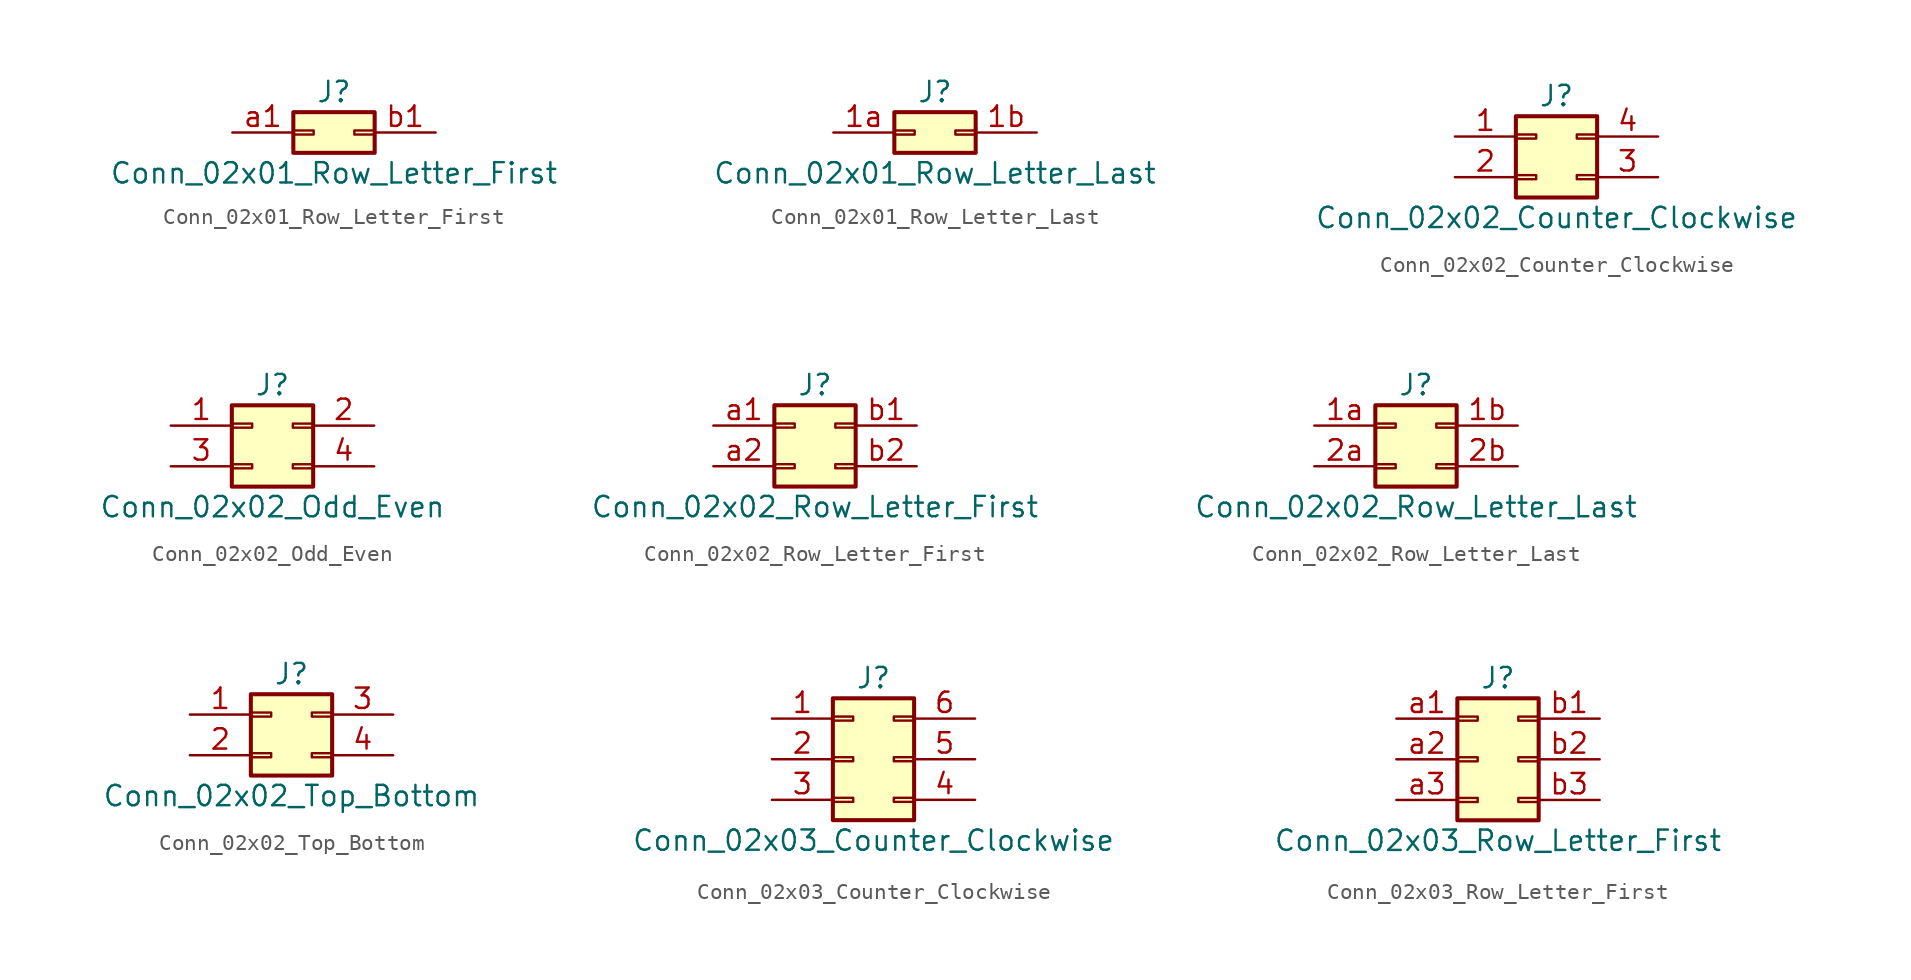
<source format=kicad_sym>
(kicad_symbol_lib
  (version 20220914)
  (generator kicad_symbol_editor)
  (symbol "Conn_02x01_Row_Letter_First"
    (pin_names
      (offset 1.016) hide)
    (property "Reference" "J"
      (at 1.27 2.54 0)
      (effects (font (size 1.27 1.27))))
    (property "Value" "Conn_02x01_Row_Letter_First"
      (at 1.27 -2.54 0)
      (effects (font (size 1.27 1.27))))
    (symbol "Conn_02x01_Row_Letter_First_1_1"
      (rectangle (start -1.27 0.127) (end 0 -0.127) (stroke (width 0.152) (type solid)) (fill (type none)))
      (rectangle (start -1.27 1.27) (end 3.81 -1.27) (stroke (width 0.254) (type solid)) (fill (type background)))
      (rectangle (start 3.81 0.127) (end 2.54 -0.127) (stroke (width 0.152) (type solid)) (fill (type none)))
      (pin passive line (at -5.08 0 0) (length 3.81) (name "Pin_a1" (effects (font (size 1.27 1.27)))) (number "a1" (effects (font (size 1.27 1.27)))))
      (pin passive line (at 7.62 0 180) (length 3.81) (name "Pin_b1" (effects (font (size 1.27 1.27)))) (number "b1" (effects (font (size 1.27 1.27)))))))
  (symbol "Conn_02x01_Row_Letter_Last"
    (pin_names
      (offset 1.016) hide)
    (property "Reference" "J"
      (at 1.27 2.54 0)
      (effects (font (size 1.27 1.27))))
    (property "Value" "Conn_02x01_Row_Letter_Last"
      (at 1.27 -2.54 0)
      (effects (font (size 1.27 1.27))))
    (symbol "Conn_02x01_Row_Letter_Last_1_1"
      (rectangle (start -1.27 0.127) (end 0 -0.127) (stroke (width 0.152) (type solid)) (fill (type none)))
      (rectangle (start -1.27 1.27) (end 3.81 -1.27) (stroke (width 0.254) (type solid)) (fill (type background)))
      (rectangle (start 3.81 0.127) (end 2.54 -0.127) (stroke (width 0.152) (type solid)) (fill (type none)))
      (pin passive line (at -5.08 0 0) (length 3.81) (name "Pin_1a" (effects (font (size 1.27 1.27)))) (number "1a" (effects (font (size 1.27 1.27)))))
      (pin passive line (at 7.62 0 180) (length 3.81) (name "Pin_1b" (effects (font (size 1.27 1.27)))) (number "1b" (effects (font (size 1.27 1.27)))))))
  (symbol "Conn_02x02_Counter_Clockwise"
    (pin_names
      (offset 1.016) hide)
    (property "Reference" "J"
      (at 1.27 2.54 0)
      (effects (font (size 1.27 1.27))))
    (property "Value" "Conn_02x02_Counter_Clockwise"
      (at 1.27 -5.08 0)
      (effects (font (size 1.27 1.27))))
    (symbol "Conn_02x02_Counter_Clockwise_1_1"
      (rectangle (start -1.27 -2.413) (end 0 -2.667) (stroke (width 0.152) (type solid)) (fill (type none)))
      (rectangle (start -1.27 0.127) (end 0 -0.127) (stroke (width 0.152) (type solid)) (fill (type none)))
      (rectangle (start -1.27 1.27) (end 3.81 -3.81) (stroke (width 0.254) (type solid)) (fill (type background)))
      (rectangle (start 3.81 -2.413) (end 2.54 -2.667) (stroke (width 0.152) (type solid)) (fill (type none)))
      (rectangle (start 3.81 0.127) (end 2.54 -0.127) (stroke (width 0.152) (type solid)) (fill (type none)))
      (pin passive line (at -5.08 0 0) (length 3.81) (name "Pin_1" (effects (font (size 1.27 1.27)))) (number "1" (effects (font (size 1.27 1.27)))))
      (pin passive line (at -5.08 -2.54 0) (length 3.81) (name "Pin_2" (effects (font (size 1.27 1.27)))) (number "2" (effects (font (size 1.27 1.27)))))
      (pin passive line (at 7.62 -2.54 180) (length 3.81) (name "Pin_3" (effects (font (size 1.27 1.27)))) (number "3" (effects (font (size 1.27 1.27)))))
      (pin passive line (at 7.62 0 180) (length 3.81) (name "Pin_4" (effects (font (size 1.27 1.27)))) (number "4" (effects (font (size 1.27 1.27)))))))
  (symbol "Conn_02x02_Odd_Even"
    (pin_names
      (offset 1.016) hide)
    (property "Reference" "J"
      (at 1.27 2.54 0)
      (effects (font (size 1.27 1.27))))
    (property "Value" "Conn_02x02_Odd_Even"
      (at 1.27 -5.08 0)
      (effects (font (size 1.27 1.27))))
    (symbol "Conn_02x02_Odd_Even_1_1"
      (rectangle (start -1.27 -2.413) (end 0 -2.667) (stroke (width 0.152) (type solid)) (fill (type none)))
      (rectangle (start -1.27 0.127) (end 0 -0.127) (stroke (width 0.152) (type solid)) (fill (type none)))
      (rectangle (start -1.27 1.27) (end 3.81 -3.81) (stroke (width 0.254) (type solid)) (fill (type background)))
      (rectangle (start 3.81 -2.413) (end 2.54 -2.667) (stroke (width 0.152) (type solid)) (fill (type none)))
      (rectangle (start 3.81 0.127) (end 2.54 -0.127) (stroke (width 0.152) (type solid)) (fill (type none)))
      (pin passive line (at -5.08 0 0) (length 3.81) (name "Pin_1" (effects (font (size 1.27 1.27)))) (number "1" (effects (font (size 1.27 1.27)))))
      (pin passive line (at 7.62 0 180) (length 3.81) (name "Pin_2" (effects (font (size 1.27 1.27)))) (number "2" (effects (font (size 1.27 1.27)))))
      (pin passive line (at -5.08 -2.54 0) (length 3.81) (name "Pin_3" (effects (font (size 1.27 1.27)))) (number "3" (effects (font (size 1.27 1.27)))))
      (pin passive line (at 7.62 -2.54 180) (length 3.81) (name "Pin_4" (effects (font (size 1.27 1.27)))) (number "4" (effects (font (size 1.27 1.27)))))))
  (symbol "Conn_02x02_Row_Letter_First"
    (pin_names
      (offset 1.016) hide)
    (property "Reference" "J"
      (at 1.27 2.54 0)
      (effects (font (size 1.27 1.27))))
    (property "Value" "Conn_02x02_Row_Letter_First"
      (at 1.27 -5.08 0)
      (effects (font (size 1.27 1.27))))
    (symbol "Conn_02x02_Row_Letter_First_1_1"
      (rectangle (start -1.27 -2.413) (end 0 -2.667) (stroke (width 0.152) (type solid)) (fill (type none)))
      (rectangle (start -1.27 0.127) (end 0 -0.127) (stroke (width 0.152) (type solid)) (fill (type none)))
      (rectangle (start -1.27 1.27) (end 3.81 -3.81) (stroke (width 0.254) (type solid)) (fill (type background)))
      (rectangle (start 3.81 -2.413) (end 2.54 -2.667) (stroke (width 0.152) (type solid)) (fill (type none)))
      (rectangle (start 3.81 0.127) (end 2.54 -0.127) (stroke (width 0.152) (type solid)) (fill (type none)))
      (pin passive line (at -5.08 0 0) (length 3.81) (name "Pin_a1" (effects (font (size 1.27 1.27)))) (number "a1" (effects (font (size 1.27 1.27)))))
      (pin passive line (at -5.08 -2.54 0) (length 3.81) (name "Pin_a2" (effects (font (size 1.27 1.27)))) (number "a2" (effects (font (size 1.27 1.27)))))
      (pin passive line (at 7.62 0 180) (length 3.81) (name "Pin_b1" (effects (font (size 1.27 1.27)))) (number "b1" (effects (font (size 1.27 1.27)))))
      (pin passive line (at 7.62 -2.54 180) (length 3.81) (name "Pin_b2" (effects (font (size 1.27 1.27)))) (number "b2" (effects (font (size 1.27 1.27)))))))
  (symbol "Conn_02x02_Row_Letter_Last"
    (pin_names
      (offset 1.016) hide)
    (property "Reference" "J"
      (at 1.27 2.54 0)
      (effects (font (size 1.27 1.27))))
    (property "Value" "Conn_02x02_Row_Letter_Last"
      (at 1.27 -5.08 0)
      (effects (font (size 1.27 1.27))))
    (symbol "Conn_02x02_Row_Letter_Last_1_1"
      (rectangle (start -1.27 -2.413) (end 0 -2.667) (stroke (width 0.152) (type solid)) (fill (type none)))
      (rectangle (start -1.27 0.127) (end 0 -0.127) (stroke (width 0.152) (type solid)) (fill (type none)))
      (rectangle (start -1.27 1.27) (end 3.81 -3.81) (stroke (width 0.254) (type solid)) (fill (type background)))
      (rectangle (start 3.81 -2.413) (end 2.54 -2.667) (stroke (width 0.152) (type solid)) (fill (type none)))
      (rectangle (start 3.81 0.127) (end 2.54 -0.127) (stroke (width 0.152) (type solid)) (fill (type none)))
      (pin passive line (at -5.08 0 0) (length 3.81) (name "Pin_1a" (effects (font (size 1.27 1.27)))) (number "1a" (effects (font (size 1.27 1.27)))))
      (pin passive line (at 7.62 0 180) (length 3.81) (name "Pin_1b" (effects (font (size 1.27 1.27)))) (number "1b" (effects (font (size 1.27 1.27)))))
      (pin passive line (at -5.08 -2.54 0) (length 3.81) (name "Pin_2a" (effects (font (size 1.27 1.27)))) (number "2a" (effects (font (size 1.27 1.27)))))
      (pin passive line (at 7.62 -2.54 180) (length 3.81) (name "Pin_2b" (effects (font (size 1.27 1.27)))) (number "2b" (effects (font (size 1.27 1.27)))))))
  (symbol "Conn_02x02_Top_Bottom"
    (pin_names
      (offset 1.016) hide)
    (property "Reference" "J"
      (at 1.27 2.54 0)
      (effects (font (size 1.27 1.27))))
    (property "Value" "Conn_02x02_Top_Bottom"
      (at 1.27 -5.08 0)
      (effects (font (size 1.27 1.27))))
    (symbol "Conn_02x02_Top_Bottom_1_1"
      (rectangle (start -1.27 -2.413) (end 0 -2.667) (stroke (width 0.152) (type solid)) (fill (type none)))
      (rectangle (start -1.27 0.127) (end 0 -0.127) (stroke (width 0.152) (type solid)) (fill (type none)))
      (rectangle (start -1.27 1.27) (end 3.81 -3.81) (stroke (width 0.254) (type solid)) (fill (type background)))
      (rectangle (start 3.81 -2.413) (end 2.54 -2.667) (stroke (width 0.152) (type solid)) (fill (type none)))
      (rectangle (start 3.81 0.127) (end 2.54 -0.127) (stroke (width 0.152) (type solid)) (fill (type none)))
      (pin passive line (at -5.08 0 0) (length 3.81) (name "Pin_1" (effects (font (size 1.27 1.27)))) (number "1" (effects (font (size 1.27 1.27)))))
      (pin passive line (at -5.08 -2.54 0) (length 3.81) (name "Pin_2" (effects (font (size 1.27 1.27)))) (number "2" (effects (font (size 1.27 1.27)))))
      (pin passive line (at 7.62 0 180) (length 3.81) (name "Pin_3" (effects (font (size 1.27 1.27)))) (number "3" (effects (font (size 1.27 1.27)))))
      (pin passive line (at 7.62 -2.54 180) (length 3.81) (name "Pin_4" (effects (font (size 1.27 1.27)))) (number "4" (effects (font (size 1.27 1.27)))))))
  (symbol "Conn_02x03_Counter_Clockwise"
    (pin_names
      (offset 1.016) hide)
    (property "Reference" "J"
      (at 1.27 5.08 0)
      (effects (font (size 1.27 1.27))))
    (property "Value" "Conn_02x03_Counter_Clockwise"
      (at 1.27 -5.08 0)
      (effects (font (size 1.27 1.27))))
    (symbol "Conn_02x03_Counter_Clockwise_1_1"
      (rectangle (start -1.27 -2.413) (end 0 -2.667) (stroke (width 0.152) (type solid)) (fill (type none)))
      (rectangle (start -1.27 0.127) (end 0 -0.127) (stroke (width 0.152) (type solid)) (fill (type none)))
      (rectangle (start -1.27 2.667) (end 0 2.413) (stroke (width 0.152) (type solid)) (fill (type none)))
      (rectangle (start -1.27 3.81) (end 3.81 -3.81) (stroke (width 0.254) (type solid)) (fill (type background)))
      (rectangle (start 3.81 -2.413) (end 2.54 -2.667) (stroke (width 0.152) (type solid)) (fill (type none)))
      (rectangle (start 3.81 0.127) (end 2.54 -0.127) (stroke (width 0.152) (type solid)) (fill (type none)))
      (rectangle (start 3.81 2.667) (end 2.54 2.413) (stroke (width 0.152) (type solid)) (fill (type none)))
      (pin passive line (at -5.08 2.54 0) (length 3.81) (name "Pin_1" (effects (font (size 1.27 1.27)))) (number "1" (effects (font (size 1.27 1.27)))))
      (pin passive line (at -5.08 0 0) (length 3.81) (name "Pin_2" (effects (font (size 1.27 1.27)))) (number "2" (effects (font (size 1.27 1.27)))))
      (pin passive line (at -5.08 -2.54 0) (length 3.81) (name "Pin_3" (effects (font (size 1.27 1.27)))) (number "3" (effects (font (size 1.27 1.27)))))
      (pin passive line (at 7.62 -2.54 180) (length 3.81) (name "Pin_4" (effects (font (size 1.27 1.27)))) (number "4" (effects (font (size 1.27 1.27)))))
      (pin passive line (at 7.62 0 180) (length 3.81) (name "Pin_5" (effects (font (size 1.27 1.27)))) (number "5" (effects (font (size 1.27 1.27)))))
      (pin passive line (at 7.62 2.54 180) (length 3.81) (name "Pin_6" (effects (font (size 1.27 1.27)))) (number "6" (effects (font (size 1.27 1.27)))))))
  (symbol "Conn_02x03_Row_Letter_First"
    (pin_names
      (offset 1.016) hide)
    (property "Reference" "J"
      (at 1.27 5.08 0)
      (effects (font (size 1.27 1.27))))
    (property "Value" "Conn_02x03_Row_Letter_First"
      (at 1.27 -5.08 0)
      (effects (font (size 1.27 1.27))))
    (symbol "Conn_02x03_Row_Letter_First_1_1"
      (rectangle (start -1.27 -2.413) (end 0 -2.667) (stroke (width 0.152) (type solid)) (fill (type none)))
      (rectangle (start -1.27 0.127) (end 0 -0.127) (stroke (width 0.152) (type solid)) (fill (type none)))
      (rectangle (start -1.27 2.667) (end 0 2.413) (stroke (width 0.152) (type solid)) (fill (type none)))
      (rectangle (start -1.27 3.81) (end 3.81 -3.81) (stroke (width 0.254) (type solid)) (fill (type background)))
      (rectangle (start 3.81 -2.413) (end 2.54 -2.667) (stroke (width 0.152) (type solid)) (fill (type none)))
      (rectangle (start 3.81 0.127) (end 2.54 -0.127) (stroke (width 0.152) (type solid)) (fill (type none)))
      (rectangle (start 3.81 2.667) (end 2.54 2.413) (stroke (width 0.152) (type solid)) (fill (type none)))
      (pin passive line (at -5.08 2.54 0) (length 3.81) (name "Pin_a1" (effects (font (size 1.27 1.27)))) (number "a1" (effects (font (size 1.27 1.27)))))
      (pin passive line (at -5.08 0 0) (length 3.81) (name "Pin_a2" (effects (font (size 1.27 1.27)))) (number "a2" (effects (font (size 1.27 1.27)))))
      (pin passive line (at -5.08 -2.54 0) (length 3.81) (name "Pin_a3" (effects (font (size 1.27 1.27)))) (number "a3" (effects (font (size 1.27 1.27)))))
      (pin passive line (at 7.62 2.54 180) (length 3.81) (name "Pin_b1" (effects (font (size 1.27 1.27)))) (number "b1" (effects (font (size 1.27 1.27)))))
      (pin passive line (at 7.62 0 180) (length 3.81) (name "Pin_b2" (effects (font (size 1.27 1.27)))) (number "b2" (effects (font (size 1.27 1.27)))))
      (pin passive line (at 7.62 -2.54 180) (length 3.81) (name "Pin_b3" (effects (font (size 1.27 1.27)))) (number "b3" (effects (font (size 1.27 1.27))))))))
</source>
